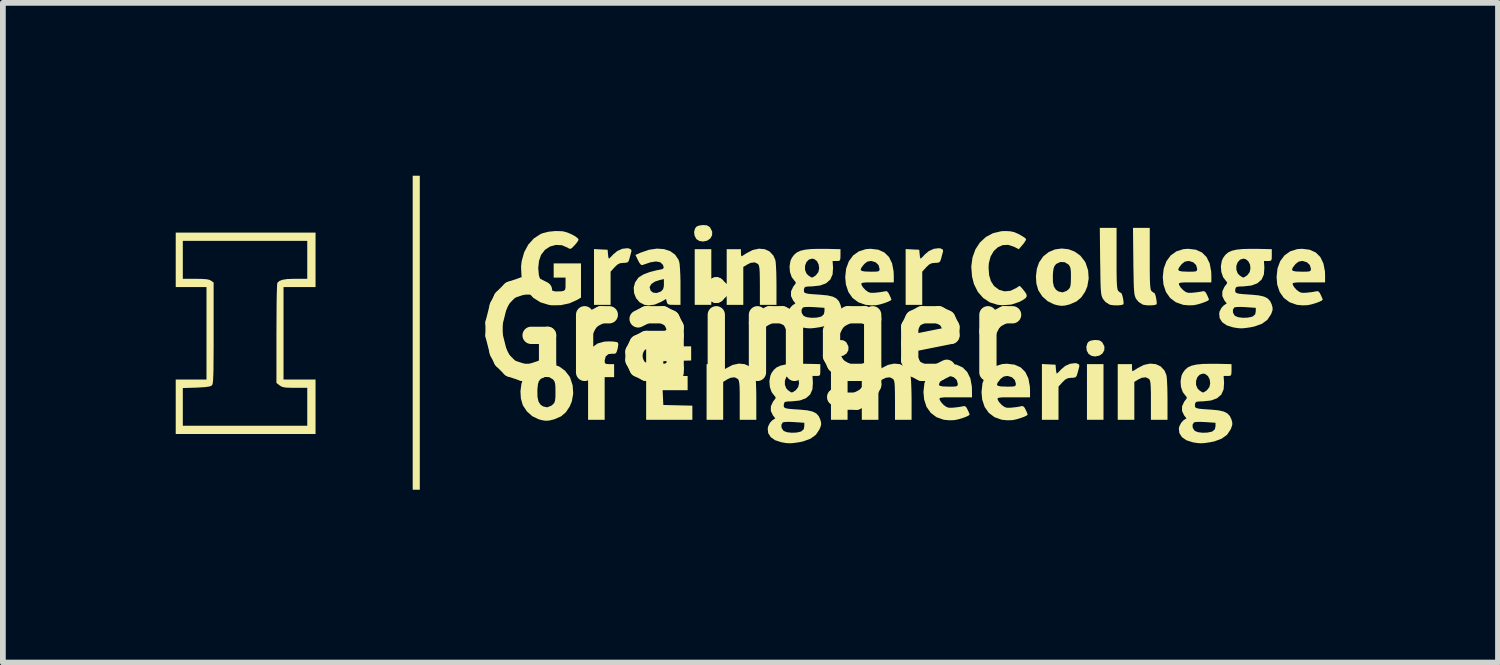
<source format=kicad_pcb>
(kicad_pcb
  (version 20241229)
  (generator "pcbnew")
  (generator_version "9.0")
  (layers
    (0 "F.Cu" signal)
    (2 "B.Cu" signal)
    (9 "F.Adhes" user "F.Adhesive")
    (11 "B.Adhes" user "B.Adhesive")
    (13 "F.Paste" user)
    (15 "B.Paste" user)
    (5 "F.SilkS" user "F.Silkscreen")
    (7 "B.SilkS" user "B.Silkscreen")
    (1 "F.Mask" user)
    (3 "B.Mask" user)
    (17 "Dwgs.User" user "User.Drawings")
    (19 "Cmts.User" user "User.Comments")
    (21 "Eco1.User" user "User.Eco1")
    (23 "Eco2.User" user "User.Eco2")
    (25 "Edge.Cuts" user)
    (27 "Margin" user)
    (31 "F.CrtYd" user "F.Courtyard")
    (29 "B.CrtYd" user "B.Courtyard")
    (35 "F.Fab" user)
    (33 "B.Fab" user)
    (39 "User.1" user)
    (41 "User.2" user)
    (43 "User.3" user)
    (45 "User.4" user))
  (footprint "Grainger"
    (layer "F.Cu")
    (at 9.954 2.735)
    (property "Reference" "Grainger" (at 0 0 0) (layer "F.SilkS") (effects (font (size 1.5 1.5) (thickness 0.3))))
    (attr board_only exclude_from_pos_files exclude_from_bom)
    (fp_poly (pts (xy -5.718 -0.01) (xy -5.718 2.715) (xy -5.779 2.715) (xy -5.841 2.715) (xy -5.841 -0.01) (xy -5.841 -2.735) (xy -5.779 -2.735) (xy -5.718 -2.735)) (stroke (width 0) (type solid)) (fill yes) (layer "F.SilkS"))
    (fp_poly (pts (xy -0.658 -0.977) (xy -0.658 -0.494) (xy -0.802 -0.494) (xy -0.946 -0.494) (xy -0.946 -0.977) (xy -0.946 -1.46) (xy -0.802 -1.46) (xy -0.658 -1.46)) (stroke (width 0) (type solid)) (fill yes) (layer "F.SilkS"))
    (fp_poly (pts (xy 1.707 1.018) (xy 1.707 1.501) (xy 1.563 1.501) (xy 1.419 1.501) (xy 1.419 1.018) (xy 1.419 0.535) (xy 1.563 0.535) (xy 1.707 0.535)) (stroke (width 0) (type solid)) (fill yes) (layer "F.SilkS"))
    (fp_poly (pts (xy 6.149 1.018) (xy 6.149 1.501) (xy 6.006 1.501) (xy 5.862 1.501) (xy 5.862 1.018) (xy 5.862 0.535) (xy 6.006 0.535) (xy 6.149 0.535)) (stroke (width 0) (type solid)) (fill yes) (layer "F.SilkS"))
    (fp_poly (pts (xy -0.735 -1.874) (xy -0.691 -1.849) (xy -0.677 -1.833) (xy -0.643 -1.766) (xy -0.644 -1.702) (xy -0.675 -1.646) (xy -0.729 -1.608) (xy -0.801 -1.593) (xy -0.864 -1.602) (xy -0.917 -1.635) (xy -0.948 -1.693) (xy -0.957 -1.759) (xy -0.939 -1.822) (xy -0.913 -1.853) (xy -0.875 -1.869) (xy -0.816 -1.878) (xy -0.8 -1.879)) (stroke (width 0) (type solid)) (fill yes) (layer "F.SilkS"))
    (fp_poly (pts (xy 1.63 0.121) (xy 1.674 0.146) (xy 1.689 0.162) (xy 1.722 0.229) (xy 1.721 0.293) (xy 1.69 0.349) (xy 1.636 0.387) (xy 1.564 0.402) (xy 1.501 0.393) (xy 1.449 0.359) (xy 1.417 0.302) (xy 1.408 0.236) (xy 1.426 0.173) (xy 1.452 0.142) (xy 1.49 0.126) (xy 1.549 0.117) (xy 1.565 0.116)) (stroke (width 0) (type solid)) (fill yes) (layer "F.SilkS"))
    (fp_poly (pts (xy 6.073 0.121) (xy 6.116 0.146) (xy 6.131 0.162) (xy 6.165 0.229) (xy 6.163 0.293) (xy 6.132 0.349) (xy 6.078 0.387) (xy 6.006 0.402) (xy 5.944 0.393) (xy 5.891 0.359) (xy 5.859 0.302) (xy 5.851 0.236) (xy 5.869 0.173) (xy 5.895 0.142) (xy 5.933 0.126) (xy 5.992 0.117) (xy 6.008 0.116)) (stroke (width 0) (type solid)) (fill yes) (layer "F.SilkS"))
    (fp_poly (pts (xy -1.008 0.349) (xy -1.008 0.472) (xy -1.249 0.478) (xy -1.491 0.483) (xy -1.491 0.607) (xy -1.491 0.73) (xy -1.28 0.736) (xy -1.069 0.742) (xy -1.069 0.865) (xy -1.069 0.987) (xy -1.286 0.987) (xy -1.503 0.987) (xy -1.497 1.116) (xy -1.491 1.244) (xy -1.239 1.25) (xy -0.987 1.256) (xy -0.987 1.379) (xy -0.987 1.501) (xy -1.388 1.501) (xy -1.789 1.501) (xy -1.789 0.864) (xy -1.789 0.226) (xy -1.399 0.226) (xy -1.008 0.226)) (stroke (width 0) (type solid)) (fill yes) (layer "F.SilkS"))
    (fp_poly (pts (xy -2.088 -1.473) (xy -2.048 -1.453) (xy -2.044 -1.424) (xy -2.056 -1.381) (xy -2.072 -1.321) (xy -2.076 -1.306) (xy -2.092 -1.254) (xy -2.114 -1.23) (xy -2.158 -1.223) (xy -2.182 -1.223) (xy -2.242 -1.216) (xy -2.288 -1.193) (xy -2.337 -1.146) (xy -2.406 -1.07) (xy -2.406 -0.782) (xy -2.406 -0.494) (xy -2.55 -0.494) (xy -2.694 -0.494) (xy -2.694 -0.978) (xy -2.694 -1.462) (xy -2.576 -1.456) (xy -2.458 -1.45) (xy -2.451 -1.373) (xy -2.445 -1.323) (xy -2.437 -1.297) (xy -2.435 -1.296) (xy -2.417 -1.31) (xy -2.383 -1.345) (xy -2.363 -1.367) (xy -2.289 -1.429) (xy -2.202 -1.467) (xy -2.116 -1.477)) (stroke (width 0) (type solid)) (fill yes) (layer "F.SilkS"))
    (fp_poly (pts (xy 3.321 -1.473) (xy 3.361 -1.453) (xy 3.365 -1.424) (xy 3.353 -1.381) (xy 3.337 -1.321) (xy 3.334 -1.306) (xy 3.317 -1.254) (xy 3.295 -1.23) (xy 3.251 -1.223) (xy 3.227 -1.223) (xy 3.167 -1.216) (xy 3.121 -1.193) (xy 3.072 -1.146) (xy 3.003 -1.07) (xy 3.003 -0.782) (xy 3.003 -0.494) (xy 2.859 -0.494) (xy 2.715 -0.494) (xy 2.715 -0.978) (xy 2.715 -1.462) (xy 2.833 -1.456) (xy 2.951 -1.45) (xy 2.958 -1.373) (xy 2.964 -1.323) (xy 2.972 -1.297) (xy 2.974 -1.296) (xy 2.992 -1.31) (xy 3.027 -1.345) (xy 3.046 -1.367) (xy 3.12 -1.429) (xy 3.207 -1.467) (xy 3.293 -1.477)) (stroke (width 0) (type solid)) (fill yes) (layer "F.SilkS"))
    (fp_poly (pts (xy 5.686 0.522) (xy 5.726 0.542) (xy 5.73 0.571) (xy 5.719 0.614) (xy 5.703 0.674) (xy 5.699 0.689) (xy 5.682 0.741) (xy 5.66 0.765) (xy 5.617 0.772) (xy 5.592 0.772) (xy 5.533 0.779) (xy 5.486 0.802) (xy 5.437 0.849) (xy 5.368 0.925) (xy 5.368 1.213) (xy 5.368 1.501) (xy 5.224 1.501) (xy 5.08 1.501) (xy 5.08 1.017) (xy 5.08 0.533) (xy 5.198 0.539) (xy 5.317 0.545) (xy 5.323 0.622) (xy 5.329 0.672) (xy 5.337 0.698) (xy 5.339 0.699) (xy 5.357 0.685) (xy 5.392 0.65) (xy 5.412 0.628) (xy 5.485 0.566) (xy 5.572 0.528) (xy 5.658 0.518)) (stroke (width 0) (type solid)) (fill yes) (layer "F.SilkS"))
    (fp_poly (pts (xy 6.376 -1.297) (xy 6.376 -1.132) (xy 6.377 -1.003) (xy 6.379 -0.906) (xy 6.383 -0.835) (xy 6.388 -0.787) (xy 6.395 -0.755) (xy 6.404 -0.737) (xy 6.408 -0.732) (xy 6.441 -0.706) (xy 6.457 -0.699) (xy 6.468 -0.681) (xy 6.481 -0.638) (xy 6.492 -0.584) (xy 6.498 -0.534) (xy 6.496 -0.505) (xy 6.495 -0.503) (xy 6.461 -0.491) (xy 6.403 -0.485) (xy 6.336 -0.485) (xy 6.275 -0.493) (xy 6.253 -0.499) (xy 6.183 -0.544) (xy 6.14 -0.596) (xy 6.128 -0.62) (xy 6.118 -0.647) (xy 6.11 -0.681) (xy 6.105 -0.73) (xy 6.1 -0.796) (xy 6.097 -0.886) (xy 6.095 -1.004) (xy 6.093 -1.155) (xy 6.091 -1.249) (xy 6.085 -1.83) (xy 6.23 -1.83) (xy 6.376 -1.83)) (stroke (width 0) (type solid)) (fill yes) (layer "F.SilkS"))
    (fp_poly (pts (xy 6.952 -1.297) (xy 6.952 -1.132) (xy 6.953 -1.003) (xy 6.955 -0.906) (xy 6.959 -0.835) (xy 6.964 -0.787) (xy 6.97 -0.755) (xy 6.979 -0.737) (xy 6.984 -0.732) (xy 7.017 -0.706) (xy 7.033 -0.699) (xy 7.044 -0.681) (xy 7.057 -0.638) (xy 7.067 -0.584) (xy 7.073 -0.534) (xy 7.072 -0.505) (xy 7.071 -0.503) (xy 7.037 -0.491) (xy 6.979 -0.485) (xy 6.912 -0.485) (xy 6.851 -0.493) (xy 6.829 -0.499) (xy 6.759 -0.544) (xy 6.716 -0.596) (xy 6.704 -0.62) (xy 6.694 -0.647) (xy 6.686 -0.681) (xy 6.681 -0.73) (xy 6.676 -0.796) (xy 6.673 -0.886) (xy 6.671 -1.004) (xy 6.668 -1.155) (xy 6.667 -1.249) (xy 6.661 -1.83) (xy 6.806 -1.83) (xy 6.952 -1.83)) (stroke (width 0) (type solid)) (fill yes) (layer "F.SilkS"))
    (fp_poly (pts (xy -0.081 0.535) (xy 0.005 0.575) (xy 0.07 0.645) (xy 0.103 0.722) (xy 0.11 0.765) (xy 0.116 0.841) (xy 0.12 0.942) (xy 0.123 1.058) (xy 0.123 1.146) (xy 0.123 1.501) (xy -0.021 1.501) (xy -0.165 1.501) (xy -0.165 1.163) (xy -0.165 1.034) (xy -0.167 0.939) (xy -0.172 0.873) (xy -0.179 0.83) (xy -0.189 0.804) (xy -0.197 0.793) (xy -0.253 0.764) (xy -0.325 0.772) (xy -0.386 0.802) (xy -0.452 0.843) (xy -0.452 1.172) (xy -0.452 1.501) (xy -0.596 1.501) (xy -0.74 1.501) (xy -0.74 1.018) (xy -0.74 0.535) (xy -0.617 0.535) (xy -0.494 0.535) (xy -0.494 0.596) (xy -0.491 0.64) (xy -0.484 0.658) (xy -0.484 0.658) (xy -0.463 0.648) (xy -0.421 0.621) (xy -0.399 0.607) (xy -0.288 0.549) (xy -0.18 0.526)) (stroke (width 0) (type solid)) (fill yes) (layer "F.SilkS"))
    (fp_poly (pts (xy 0.269 -1.46) (xy 0.354 -1.42) (xy 0.419 -1.35) (xy 0.453 -1.273) (xy 0.46 -1.23) (xy 0.465 -1.154) (xy 0.47 -1.053) (xy 0.472 -0.937) (xy 0.473 -0.849) (xy 0.473 -0.494) (xy 0.329 -0.494) (xy 0.185 -0.494) (xy 0.185 -0.831) (xy 0.184 -0.961) (xy 0.182 -1.056) (xy 0.178 -1.122) (xy 0.171 -1.165) (xy 0.161 -1.191) (xy 0.153 -1.202) (xy 0.097 -1.231) (xy 0.025 -1.223) (xy -0.036 -1.193) (xy -0.103 -1.152) (xy -0.103 -0.823) (xy -0.103 -0.494) (xy -0.247 -0.494) (xy -0.391 -0.494) (xy -0.391 -0.977) (xy -0.391 -1.46) (xy -0.267 -1.46) (xy -0.144 -1.46) (xy -0.144 -1.399) (xy -0.141 -1.355) (xy -0.135 -1.337) (xy -0.135 -1.337) (xy -0.113 -1.347) (xy -0.071 -1.374) (xy -0.05 -1.388) (xy 0.061 -1.446) (xy 0.17 -1.469)) (stroke (width 0) (type solid)) (fill yes) (layer "F.SilkS"))
    (fp_poly (pts (xy 2.614 0.535) (xy 2.699 0.575) (xy 2.764 0.645) (xy 2.798 0.722) (xy 2.804 0.765) (xy 2.81 0.841) (xy 2.814 0.942) (xy 2.817 1.058) (xy 2.818 1.146) (xy 2.818 1.501) (xy 2.674 1.501) (xy 2.53 1.501) (xy 2.53 1.163) (xy 2.529 1.034) (xy 2.527 0.939) (xy 2.523 0.873) (xy 2.516 0.83) (xy 2.505 0.804) (xy 2.497 0.793) (xy 2.441 0.764) (xy 2.37 0.772) (xy 2.309 0.802) (xy 2.242 0.843) (xy 2.242 1.172) (xy 2.242 1.501) (xy 2.098 1.501) (xy 1.954 1.501) (xy 1.954 1.018) (xy 1.954 0.535) (xy 2.077 0.535) (xy 2.201 0.535) (xy 2.201 0.596) (xy 2.203 0.64) (xy 2.21 0.658) (xy 2.21 0.658) (xy 2.231 0.648) (xy 2.274 0.621) (xy 2.295 0.607) (xy 2.406 0.549) (xy 2.514 0.526)) (stroke (width 0) (type solid)) (fill yes) (layer "F.SilkS"))
    (fp_poly (pts (xy 7.056 0.535) (xy 7.141 0.575) (xy 7.207 0.645) (xy 7.24 0.722) (xy 7.247 0.765) (xy 7.252 0.841) (xy 7.257 0.942) (xy 7.259 1.058) (xy 7.26 1.146) (xy 7.26 1.501) (xy 7.116 1.501) (xy 6.972 1.501) (xy 6.972 1.163) (xy 6.972 1.034) (xy 6.969 0.939) (xy 6.965 0.873) (xy 6.958 0.83) (xy 6.948 0.804) (xy 6.94 0.793) (xy 6.884 0.764) (xy 6.812 0.772) (xy 6.751 0.802) (xy 6.684 0.843) (xy 6.684 1.172) (xy 6.684 1.501) (xy 6.54 1.501) (xy 6.396 1.501) (xy 6.396 1.018) (xy 6.396 0.535) (xy 6.52 0.535) (xy 6.643 0.535) (xy 6.643 0.596) (xy 6.646 0.64) (xy 6.652 0.658) (xy 6.652 0.658) (xy 6.674 0.648) (xy 6.716 0.621) (xy 6.738 0.607) (xy 6.848 0.549) (xy 6.957 0.526)) (stroke (width 0) (type solid)) (fill yes) (layer "F.SilkS"))
    (fp_poly (pts (xy -2.362 0.143) (xy -2.306 0.151) (xy -2.28 0.16) (xy -2.272 0.192) (xy -2.281 0.251) (xy -2.285 0.27) (xy -2.302 0.326) (xy -2.321 0.351) (xy -2.352 0.356) (xy -2.375 0.354) (xy -2.445 0.362) (xy -2.491 0.402) (xy -2.509 0.47) (xy -2.509 0.475) (xy -2.506 0.513) (xy -2.488 0.53) (xy -2.443 0.535) (xy -2.427 0.535) (xy -2.345 0.535) (xy -2.345 0.648) (xy -2.345 0.761) (xy -2.427 0.761) (xy -2.509 0.761) (xy -2.509 1.131) (xy -2.509 1.501) (xy -2.653 1.501) (xy -2.797 1.501) (xy -2.797 1.131) (xy -2.797 0.761) (xy -2.859 0.761) (xy -2.895 0.759) (xy -2.914 0.745) (xy -2.92 0.709) (xy -2.92 0.658) (xy -2.919 0.597) (xy -2.911 0.567) (xy -2.889 0.556) (xy -2.861 0.555) (xy -2.827 0.553) (xy -2.809 0.539) (xy -2.799 0.503) (xy -2.793 0.441) (xy -2.767 0.324) (xy -2.714 0.235) (xy -2.63 0.176) (xy -2.518 0.145) (xy -2.434 0.14)) (stroke (width 0) (type solid)) (fill yes) (layer "F.SilkS"))
    (fp_poly (pts (xy 4.53 -1.771) (xy 4.6 -1.756) (xy 4.671 -1.725) (xy 4.69 -1.715) (xy 4.749 -1.68) (xy 4.791 -1.651) (xy 4.806 -1.635) (xy 4.797 -1.609) (xy 4.768 -1.565) (xy 4.745 -1.537) (xy 4.679 -1.459) (xy 4.597 -1.502) (xy 4.496 -1.535) (xy 4.401 -1.531) (xy 4.315 -1.493) (xy 4.243 -1.426) (xy 4.189 -1.332) (xy 4.159 -1.216) (xy 4.154 -1.14) (xy 4.164 -1.008) (xy 4.195 -0.905) (xy 4.249 -0.822) (xy 4.253 -0.818) (xy 4.337 -0.755) (xy 4.434 -0.728) (xy 4.535 -0.738) (xy 4.631 -0.784) (xy 4.671 -0.811) (xy 4.694 -0.823) (xy 4.694 -0.823) (xy 4.711 -0.808) (xy 4.744 -0.771) (xy 4.77 -0.739) (xy 4.808 -0.686) (xy 4.818 -0.646) (xy 4.799 -0.612) (xy 4.747 -0.576) (xy 4.691 -0.546) (xy 4.548 -0.498) (xy 4.391 -0.487) (xy 4.311 -0.495) (xy 4.176 -0.537) (xy 4.061 -0.613) (xy 3.968 -0.719) (xy 3.901 -0.854) (xy 3.867 -0.986) (xy 3.854 -1.158) (xy 3.875 -1.316) (xy 3.926 -1.457) (xy 4.005 -1.577) (xy 4.108 -1.672) (xy 4.232 -1.738) (xy 4.376 -1.772) (xy 4.44 -1.775)) (stroke (width 0) (type solid)) (fill yes) (layer "F.SilkS"))
    (fp_poly (pts (xy -3.406 0.536) (xy -3.295 0.578) (xy -3.197 0.649) (xy -3.12 0.749) (xy -3.108 0.771) (xy -3.065 0.903) (xy -3.055 1.044) (xy -3.079 1.183) (xy -3.117 1.273) (xy -3.184 1.372) (xy -3.265 1.441) (xy -3.371 1.488) (xy -3.388 1.494) (xy -3.469 1.514) (xy -3.535 1.518) (xy -3.606 1.506) (xy -3.661 1.49) (xy -3.767 1.438) (xy -3.859 1.355) (xy -3.928 1.251) (xy -3.931 1.244) (xy -3.963 1.133) (xy -3.971 1.005) (xy -3.969 0.993) (xy -3.677 0.993) (xy -3.675 1.104) (xy -3.658 1.183) (xy -3.623 1.238) (xy -3.578 1.269) (xy -3.508 1.285) (xy -3.439 1.259) (xy -3.404 1.231) (xy -3.383 1.205) (xy -3.371 1.169) (xy -3.364 1.113) (xy -3.363 1.026) (xy -3.363 1.018) (xy -3.364 0.93) (xy -3.369 0.872) (xy -3.381 0.834) (xy -3.401 0.806) (xy -3.408 0.799) (xy -3.472 0.761) (xy -3.545 0.757) (xy -3.612 0.787) (xy -3.626 0.799) (xy -3.651 0.832) (xy -3.666 0.878) (xy -3.674 0.947) (xy -3.677 0.993) (xy -3.969 0.993) (xy -3.954 0.876) (xy -3.915 0.764) (xy -3.843 0.659) (xy -3.749 0.585) (xy -3.64 0.539) (xy -3.523 0.523)) (stroke (width 0) (type solid)) (fill yes) (layer "F.SilkS"))
    (fp_poly (pts (xy 5.541 -1.459) (xy 5.651 -1.417) (xy 5.749 -1.346) (xy 5.826 -1.246) (xy 5.838 -1.224) (xy 5.882 -1.092) (xy 5.892 -0.951) (xy 5.868 -0.812) (xy 5.83 -0.722) (xy 5.763 -0.623) (xy 5.682 -0.554) (xy 5.575 -0.507) (xy 5.559 -0.501) (xy 5.478 -0.481) (xy 5.412 -0.477) (xy 5.34 -0.489) (xy 5.285 -0.505) (xy 5.18 -0.557) (xy 5.087 -0.64) (xy 5.019 -0.744) (xy 5.016 -0.751) (xy 4.984 -0.862) (xy 4.976 -0.99) (xy 4.978 -1.002) (xy 5.27 -1.002) (xy 5.271 -0.891) (xy 5.288 -0.812) (xy 5.323 -0.757) (xy 5.368 -0.726) (xy 5.439 -0.71) (xy 5.508 -0.735) (xy 5.543 -0.764) (xy 5.564 -0.79) (xy 5.576 -0.826) (xy 5.582 -0.882) (xy 5.584 -0.969) (xy 5.584 -0.977) (xy 5.583 -1.065) (xy 5.577 -1.123) (xy 5.565 -1.161) (xy 5.545 -1.189) (xy 5.539 -1.196) (xy 5.475 -1.234) (xy 5.402 -1.238) (xy 5.335 -1.208) (xy 5.321 -1.196) (xy 5.296 -1.163) (xy 5.281 -1.117) (xy 5.272 -1.048) (xy 5.27 -1.002) (xy 4.978 -1.002) (xy 4.992 -1.119) (xy 5.031 -1.231) (xy 5.104 -1.336) (xy 5.198 -1.41) (xy 5.307 -1.456) (xy 5.423 -1.472)) (stroke (width 0) (type solid)) (fill yes) (layer "F.SilkS"))
    (fp_poly (pts (xy -3.252 -1.772) (xy -3.223 -1.768) (xy -3.153 -1.748) (xy -3.081 -1.717) (xy -3.018 -1.682) (xy -2.975 -1.648) (xy -2.962 -1.624) (xy -2.975 -1.598) (xy -3.007 -1.555) (xy -3.031 -1.528) (xy -3.073 -1.484) (xy -3.101 -1.466) (xy -3.126 -1.47) (xy -3.154 -1.487) (xy -3.252 -1.529) (xy -3.356 -1.534) (xy -3.456 -1.507) (xy -3.545 -1.449) (xy -3.612 -1.363) (xy -3.614 -1.359) (xy -3.649 -1.255) (xy -3.662 -1.132) (xy -3.651 -1.009) (xy -3.621 -0.911) (xy -3.559 -0.821) (xy -3.471 -0.758) (xy -3.367 -0.726) (xy -3.258 -0.729) (xy -3.218 -0.738) (xy -3.197 -0.755) (xy -3.189 -0.789) (xy -3.188 -0.853) (xy -3.188 -0.854) (xy -3.188 -0.967) (xy -3.291 -0.967) (xy -3.394 -0.967) (xy -3.394 -1.09) (xy -3.394 -1.213) (xy -3.157 -1.213) (xy -2.92 -1.213) (xy -2.92 -0.917) (xy -2.92 -0.62) (xy -2.987 -0.58) (xy -3.121 -0.52) (xy -3.272 -0.488) (xy -3.426 -0.486) (xy -3.477 -0.493) (xy -3.624 -0.538) (xy -3.747 -0.615) (xy -3.844 -0.719) (xy -3.914 -0.847) (xy -3.953 -0.996) (xy -3.96 -1.16) (xy -3.949 -1.255) (xy -3.906 -1.407) (xy -3.835 -1.539) (xy -3.739 -1.646) (xy -3.623 -1.722) (xy -3.589 -1.736) (xy -3.485 -1.763) (xy -3.365 -1.775)) (stroke (width 0) (type solid)) (fill yes) (layer "F.SilkS"))
    (fp_poly (pts (xy -1.478 -1.461) (xy -1.371 -1.426) (xy -1.286 -1.364) (xy -1.228 -1.278) (xy -1.214 -1.238) (xy -1.207 -1.192) (xy -1.201 -1.113) (xy -1.196 -1.011) (xy -1.193 -0.896) (xy -1.193 -0.828) (xy -1.193 -0.494) (xy -1.306 -0.494) (xy -1.371 -0.495) (xy -1.407 -0.504) (xy -1.424 -0.523) (xy -1.431 -0.545) (xy -1.444 -0.596) (xy -1.529 -0.546) (xy -1.641 -0.498) (xy -1.749 -0.483) (xy -1.818 -0.494) (xy -1.903 -0.539) (xy -1.964 -0.61) (xy -1.998 -0.697) (xy -2.005 -0.79) (xy -2.004 -0.795) (xy -1.728 -0.795) (xy -1.711 -0.739) (xy -1.668 -0.706) (xy -1.609 -0.699) (xy -1.543 -0.721) (xy -1.527 -0.731) (xy -1.495 -0.765) (xy -1.482 -0.816) (xy -1.481 -0.853) (xy -1.481 -0.942) (xy -1.553 -0.925) (xy -1.64 -0.896) (xy -1.7 -0.854) (xy -1.727 -0.805) (xy -1.728 -0.795) (xy -2.004 -0.795) (xy -1.982 -0.881) (xy -1.928 -0.96) (xy -1.913 -0.974) (xy -1.835 -1.022) (xy -1.727 -1.064) (xy -1.602 -1.095) (xy -1.568 -1.101) (xy -1.508 -1.114) (xy -1.484 -1.135) (xy -1.491 -1.171) (xy -1.502 -1.193) (xy -1.546 -1.234) (xy -1.618 -1.247) (xy -1.716 -1.232) (xy -1.839 -1.19) (xy -1.852 -1.185) (xy -1.878 -1.188) (xy -1.906 -1.222) (xy -1.929 -1.265) (xy -1.975 -1.36) (xy -1.884 -1.4) (xy -1.739 -1.45) (xy -1.602 -1.47)) (stroke (width 0) (type solid)) (fill yes) (layer "F.SilkS"))
    (fp_poly (pts (xy 2.24 -1.451) (xy 2.346 -1.403) (xy 2.427 -1.323) (xy 2.48 -1.213) (xy 2.506 -1.073) (xy 2.509 -1.003) (xy 2.509 -0.884) (xy 2.223 -0.884) (xy 2.11 -0.884) (xy 2.032 -0.883) (xy 1.982 -0.879) (xy 1.956 -0.873) (xy 1.946 -0.863) (xy 1.947 -0.848) (xy 1.948 -0.843) (xy 1.97 -0.803) (xy 2.012 -0.757) (xy 2.022 -0.748) (xy 2.065 -0.717) (xy 2.106 -0.703) (xy 2.163 -0.703) (xy 2.2 -0.706) (xy 2.272 -0.714) (xy 2.332 -0.724) (xy 2.356 -0.729) (xy 2.387 -0.731) (xy 2.413 -0.706) (xy 2.433 -0.669) (xy 2.455 -0.62) (xy 2.467 -0.588) (xy 2.468 -0.584) (xy 2.45 -0.567) (xy 2.403 -0.545) (xy 2.34 -0.522) (xy 2.272 -0.502) (xy 2.21 -0.489) (xy 2.201 -0.488) (xy 2.118 -0.485) (xy 2.032 -0.493) (xy 2.017 -0.495) (xy 1.893 -0.539) (xy 1.793 -0.614) (xy 1.721 -0.717) (xy 1.678 -0.846) (xy 1.666 -0.976) (xy 1.68 -1.104) (xy 1.934 -1.104) (xy 1.952 -1.083) (xy 2.003 -1.073) (xy 2.091 -1.07) (xy 2.112 -1.069) (xy 2.189 -1.07) (xy 2.234 -1.074) (xy 2.255 -1.085) (xy 2.262 -1.104) (xy 2.262 -1.121) (xy 2.244 -1.185) (xy 2.195 -1.232) (xy 2.125 -1.254) (xy 2.11 -1.255) (xy 2.049 -1.244) (xy 1.999 -1.205) (xy 1.987 -1.191) (xy 1.947 -1.139) (xy 1.934 -1.104) (xy 1.68 -1.104) (xy 1.683 -1.126) (xy 1.73 -1.252) (xy 1.804 -1.352) (xy 1.904 -1.423) (xy 2.026 -1.461) (xy 2.108 -1.467)) (stroke (width 0) (type solid)) (fill yes) (layer "F.SilkS"))
    (fp_poly (pts (xy 3.597 0.544) (xy 3.704 0.592) (xy 3.784 0.672) (xy 3.838 0.782) (xy 3.864 0.922) (xy 3.866 0.992) (xy 3.867 1.111) (xy 3.581 1.111) (xy 3.467 1.111) (xy 3.389 1.112) (xy 3.34 1.116) (xy 3.313 1.122) (xy 3.303 1.132) (xy 3.304 1.147) (xy 3.305 1.152) (xy 3.328 1.192) (xy 3.369 1.238) (xy 3.38 1.247) (xy 3.422 1.278) (xy 3.463 1.292) (xy 3.521 1.292) (xy 3.557 1.289) (xy 3.629 1.281) (xy 3.689 1.271) (xy 3.713 1.265) (xy 3.745 1.264) (xy 3.771 1.289) (xy 3.79 1.326) (xy 3.813 1.375) (xy 3.825 1.407) (xy 3.825 1.411) (xy 3.807 1.428) (xy 3.761 1.45) (xy 3.698 1.473) (xy 3.629 1.493) (xy 3.567 1.506) (xy 3.558 1.507) (xy 3.475 1.51) (xy 3.389 1.502) (xy 3.375 1.5) (xy 3.25 1.456) (xy 3.151 1.381) (xy 3.078 1.278) (xy 3.036 1.149) (xy 3.024 1.019) (xy 3.038 0.891) (xy 3.292 0.891) (xy 3.309 0.912) (xy 3.36 0.922) (xy 3.449 0.925) (xy 3.469 0.926) (xy 3.546 0.925) (xy 3.591 0.921) (xy 3.613 0.91) (xy 3.619 0.891) (xy 3.62 0.874) (xy 3.601 0.81) (xy 3.552 0.763) (xy 3.482 0.741) (xy 3.467 0.74) (xy 3.407 0.751) (xy 3.356 0.79) (xy 3.344 0.804) (xy 3.304 0.856) (xy 3.292 0.891) (xy 3.038 0.891) (xy 3.04 0.869) (xy 3.087 0.743) (xy 3.161 0.643) (xy 3.261 0.572) (xy 3.383 0.534) (xy 3.466 0.528)) (stroke (width 0) (type solid)) (fill yes) (layer "F.SilkS"))
    (fp_poly (pts (xy 4.605 0.544) (xy 4.712 0.592) (xy 4.792 0.672) (xy 4.845 0.782) (xy 4.871 0.922) (xy 4.874 0.992) (xy 4.874 1.111) (xy 4.588 1.111) (xy 4.475 1.111) (xy 4.397 1.112) (xy 4.347 1.116) (xy 4.321 1.122) (xy 4.311 1.132) (xy 4.312 1.147) (xy 4.313 1.152) (xy 4.335 1.192) (xy 4.377 1.238) (xy 4.387 1.247) (xy 4.43 1.278) (xy 4.471 1.292) (xy 4.528 1.292) (xy 4.565 1.289) (xy 4.637 1.281) (xy 4.697 1.271) (xy 4.721 1.265) (xy 4.752 1.264) (xy 4.778 1.289) (xy 4.798 1.326) (xy 4.82 1.375) (xy 4.832 1.407) (xy 4.833 1.411) (xy 4.815 1.428) (xy 4.769 1.45) (xy 4.705 1.473) (xy 4.637 1.493) (xy 4.575 1.506) (xy 4.566 1.507) (xy 4.483 1.51) (xy 4.397 1.502) (xy 4.382 1.5) (xy 4.258 1.456) (xy 4.158 1.381) (xy 4.086 1.278) (xy 4.043 1.149) (xy 4.032 1.019) (xy 4.046 0.891) (xy 4.299 0.891) (xy 4.317 0.912) (xy 4.368 0.922) (xy 4.456 0.925) (xy 4.477 0.926) (xy 4.554 0.925) (xy 4.599 0.921) (xy 4.621 0.91) (xy 4.627 0.891) (xy 4.628 0.874) (xy 4.609 0.81) (xy 4.56 0.763) (xy 4.49 0.741) (xy 4.475 0.74) (xy 4.415 0.751) (xy 4.364 0.79) (xy 4.352 0.804) (xy 4.312 0.856) (xy 4.299 0.891) (xy 4.046 0.891) (xy 4.048 0.869) (xy 4.095 0.743) (xy 4.169 0.643) (xy 4.269 0.572) (xy 4.391 0.534) (xy 4.473 0.528)) (stroke (width 0) (type solid)) (fill yes) (layer "F.SilkS"))
    (fp_poly (pts (xy 7.752 -1.451) (xy 7.858 -1.403) (xy 7.938 -1.323) (xy 7.992 -1.213) (xy 8.018 -1.073) (xy 8.021 -1.003) (xy 8.021 -0.884) (xy 7.735 -0.884) (xy 7.622 -0.884) (xy 7.544 -0.883) (xy 7.494 -0.879) (xy 7.468 -0.873) (xy 7.458 -0.863) (xy 7.459 -0.848) (xy 7.46 -0.843) (xy 7.482 -0.803) (xy 7.524 -0.757) (xy 7.534 -0.748) (xy 7.577 -0.717) (xy 7.618 -0.703) (xy 7.675 -0.703) (xy 7.712 -0.706) (xy 7.783 -0.714) (xy 7.844 -0.724) (xy 7.868 -0.729) (xy 7.899 -0.731) (xy 7.925 -0.706) (xy 7.945 -0.669) (xy 7.967 -0.62) (xy 7.979 -0.588) (xy 7.98 -0.584) (xy 7.962 -0.567) (xy 7.915 -0.545) (xy 7.852 -0.522) (xy 7.784 -0.502) (xy 7.722 -0.489) (xy 7.713 -0.488) (xy 7.63 -0.485) (xy 7.544 -0.493) (xy 7.529 -0.495) (xy 7.404 -0.539) (xy 7.305 -0.614) (xy 7.233 -0.717) (xy 7.19 -0.846) (xy 7.178 -0.976) (xy 7.192 -1.104) (xy 7.446 -1.104) (xy 7.464 -1.083) (xy 7.515 -1.073) (xy 7.603 -1.07) (xy 7.623 -1.069) (xy 7.701 -1.07) (xy 7.746 -1.074) (xy 7.767 -1.085) (xy 7.774 -1.104) (xy 7.774 -1.121) (xy 7.756 -1.185) (xy 7.707 -1.232) (xy 7.637 -1.254) (xy 7.622 -1.255) (xy 7.561 -1.244) (xy 7.511 -1.205) (xy 7.498 -1.191) (xy 7.459 -1.139) (xy 7.446 -1.104) (xy 7.192 -1.104) (xy 7.195 -1.126) (xy 7.242 -1.252) (xy 7.316 -1.352) (xy 7.416 -1.423) (xy 7.538 -1.461) (xy 7.62 -1.467)) (stroke (width 0) (type solid)) (fill yes) (layer "F.SilkS"))
    (fp_poly (pts (xy 9.726 -1.451) (xy 9.833 -1.403) (xy 9.913 -1.323) (xy 9.966 -1.213) (xy 9.993 -1.073) (xy 9.995 -1.003) (xy 9.995 -0.884) (xy 9.709 -0.884) (xy 9.596 -0.884) (xy 9.518 -0.883) (xy 9.469 -0.879) (xy 9.442 -0.873) (xy 9.432 -0.863) (xy 9.433 -0.848) (xy 9.434 -0.843) (xy 9.457 -0.803) (xy 9.498 -0.757) (xy 9.508 -0.748) (xy 9.551 -0.717) (xy 9.592 -0.703) (xy 9.649 -0.703) (xy 9.686 -0.706) (xy 9.758 -0.714) (xy 9.818 -0.724) (xy 9.842 -0.729) (xy 9.873 -0.731) (xy 9.899 -0.706) (xy 9.919 -0.669) (xy 9.941 -0.62) (xy 9.954 -0.588) (xy 9.954 -0.584) (xy 9.936 -0.567) (xy 9.89 -0.545) (xy 9.826 -0.522) (xy 9.758 -0.502) (xy 9.696 -0.489) (xy 9.687 -0.488) (xy 9.604 -0.485) (xy 9.518 -0.493) (xy 9.504 -0.495) (xy 9.379 -0.539) (xy 9.279 -0.614) (xy 9.207 -0.717) (xy 9.164 -0.846) (xy 9.153 -0.976) (xy 9.167 -1.104) (xy 9.421 -1.104) (xy 9.438 -1.083) (xy 9.489 -1.073) (xy 9.577 -1.07) (xy 9.598 -1.069) (xy 9.675 -1.07) (xy 9.72 -1.074) (xy 9.742 -1.085) (xy 9.748 -1.104) (xy 9.749 -1.121) (xy 9.73 -1.185) (xy 9.681 -1.232) (xy 9.611 -1.254) (xy 9.596 -1.255) (xy 9.536 -1.244) (xy 9.485 -1.205) (xy 9.473 -1.191) (xy 9.433 -1.139) (xy 9.421 -1.104) (xy 9.167 -1.104) (xy 9.169 -1.126) (xy 9.216 -1.252) (xy 9.29 -1.352) (xy 9.39 -1.423) (xy 9.512 -1.461) (xy 9.594 -1.467)) (stroke (width 0) (type solid)) (fill yes) (layer "F.SilkS"))
    (fp_poly (pts (xy -7.527 -1.275) (xy -7.527 -0.802) (xy -7.805 -0.802) (xy -8.083 -0.802) (xy -8.083 0) (xy -8.083 0.802) (xy -7.805 0.802) (xy -7.527 0.802) (xy -7.527 1.275) (xy -7.527 1.748) (xy -8.741 1.748) (xy -9.954 1.748) (xy -9.954 1.275) (xy -9.954 0.802) (xy -9.687 0.802) (xy -9.42 0.802) (xy -9.42 0) (xy -9.42 -0.802) (xy -9.687 -0.802) (xy -9.954 -0.802) (xy -9.954 -1.275) (xy -9.954 -1.604) (xy -9.831 -1.604) (xy -9.831 -1.275) (xy -9.831 -0.946) (xy -9.609 -0.946) (xy -9.498 -0.944) (xy -9.421 -0.939) (xy -9.37 -0.928) (xy -9.342 -0.914) (xy -9.296 -0.882) (xy -9.296 -0.001) (xy -9.296 0.214) (xy -9.297 0.391) (xy -9.298 0.535) (xy -9.299 0.649) (xy -9.302 0.736) (xy -9.305 0.801) (xy -9.309 0.847) (xy -9.314 0.877) (xy -9.321 0.896) (xy -9.329 0.907) (xy -9.33 0.908) (xy -9.369 0.923) (xy -9.444 0.934) (xy -9.558 0.941) (xy -9.598 0.943) (xy -9.831 0.95) (xy -9.831 1.277) (xy -9.831 1.604) (xy -8.751 1.604) (xy -7.671 1.604) (xy -7.671 1.275) (xy -7.671 0.946) (xy -7.885 0.946) (xy -7.984 0.945) (xy -8.053 0.941) (xy -8.099 0.932) (xy -8.132 0.917) (xy -8.152 0.903) (xy -8.206 0.861) (xy -8.206 0.004) (xy -8.205 -0.181) (xy -8.204 -0.352) (xy -8.203 -0.507) (xy -8.201 -0.641) (xy -8.198 -0.749) (xy -8.195 -0.826) (xy -8.192 -0.869) (xy -8.19 -0.876) (xy -8.156 -0.908) (xy -8.1 -0.929) (xy -8.016 -0.942) (xy -7.898 -0.946) (xy -7.878 -0.946) (xy -7.671 -0.946) (xy -7.671 -1.275) (xy -7.671 -1.604) (xy -8.751 -1.604) (xy -9.831 -1.604) (xy -9.954 -1.604) (xy -9.954 -1.748) (xy -8.741 -1.748) (xy -7.527 -1.748)) (stroke (width 0) (type solid)) (fill yes) (layer "F.SilkS"))
    (fp_poly (pts (xy 1.013 0.53) (xy 1.234 0.535) (xy 1.234 0.638) (xy 1.233 0.698) (xy 1.225 0.729) (xy 1.202 0.739) (xy 1.166 0.74) (xy 1.098 0.74) (xy 1.105 0.859) (xy 1.097 0.973) (xy 1.057 1.063) (xy 0.984 1.127) (xy 0.879 1.166) (xy 0.741 1.181) (xy 0.741 1.181) (xy 0.669 1.183) (xy 0.628 1.189) (xy 0.609 1.203) (xy 0.602 1.228) (xy 0.6 1.238) (xy 0.599 1.266) (xy 0.607 1.286) (xy 0.63 1.299) (xy 0.674 1.309) (xy 0.746 1.316) (xy 0.851 1.323) (xy 0.882 1.325) (xy 1.008 1.337) (xy 1.099 1.358) (xy 1.163 1.39) (xy 1.206 1.437) (xy 1.232 1.493) (xy 1.247 1.546) (xy 1.248 1.589) (xy 1.231 1.641) (xy 1.218 1.67) (xy 1.157 1.761) (xy 1.064 1.829) (xy 0.936 1.876) (xy 0.864 1.891) (xy 0.775 1.904) (xy 0.71 1.909) (xy 0.65 1.906) (xy 0.58 1.895) (xy 0.555 1.89) (xy 0.45 1.856) (xy 0.373 1.802) (xy 0.329 1.732) (xy 0.321 1.652) (xy 0.33 1.613) (xy 0.342 1.589) (xy 0.558 1.589) (xy 0.562 1.641) (xy 0.591 1.687) (xy 0.601 1.696) (xy 0.657 1.717) (xy 0.735 1.726) (xy 0.818 1.723) (xy 0.889 1.708) (xy 0.905 1.701) (xy 0.946 1.665) (xy 0.956 1.614) (xy 0.956 1.553) (xy 0.782 1.541) (xy 0.693 1.537) (xy 0.624 1.539) (xy 0.584 1.546) (xy 0.581 1.548) (xy 0.558 1.589) (xy 0.342 1.589) (xy 0.359 1.555) (xy 0.399 1.511) (xy 0.403 1.509) (xy 0.452 1.476) (xy 0.411 1.424) (xy 0.375 1.348) (xy 0.376 1.266) (xy 0.413 1.186) (xy 0.421 1.176) (xy 0.453 1.135) (xy 0.459 1.11) (xy 0.441 1.089) (xy 0.441 1.089) (xy 0.389 1.021) (xy 0.358 0.931) (xy 0.355 0.892) (xy 0.619 0.892) (xy 0.642 0.954) (xy 0.671 0.986) (xy 0.712 1.015) (xy 0.739 1.028) (xy 0.74 1.028) (xy 0.765 1.017) (xy 0.806 0.989) (xy 0.81 0.986) (xy 0.85 0.933) (xy 0.865 0.868) (xy 0.856 0.801) (xy 0.826 0.743) (xy 0.779 0.707) (xy 0.74 0.699) (xy 0.683 0.717) (xy 0.642 0.762) (xy 0.619 0.824) (xy 0.619 0.892) (xy 0.355 0.892) (xy 0.35 0.832) (xy 0.367 0.736) (xy 0.39 0.685) (xy 0.429 0.632) (xy 0.477 0.591) (xy 0.54 0.562) (xy 0.623 0.543) (xy 0.731 0.532) (xy 0.87 0.529)) (stroke (width 0) (type solid)) (fill yes) (layer "F.SilkS"))
    (fp_poly (pts (xy 1.363 -1.465) (xy 1.584 -1.46) (xy 1.584 -1.357) (xy 1.582 -1.297) (xy 1.574 -1.266) (xy 1.552 -1.256) (xy 1.515 -1.255) (xy 1.447 -1.255) (xy 1.455 -1.136) (xy 1.447 -1.022) (xy 1.407 -0.932) (xy 1.334 -0.868) (xy 1.228 -0.829) (xy 1.09 -0.814) (xy 1.09 -0.814) (xy 1.018 -0.812) (xy 0.977 -0.806) (xy 0.958 -0.792) (xy 0.951 -0.766) (xy 0.95 -0.757) (xy 0.949 -0.729) (xy 0.957 -0.709) (xy 0.98 -0.696) (xy 1.024 -0.686) (xy 1.095 -0.679) (xy 1.201 -0.672) (xy 1.232 -0.67) (xy 1.357 -0.658) (xy 1.449 -0.637) (xy 1.512 -0.605) (xy 1.556 -0.558) (xy 1.581 -0.502) (xy 1.597 -0.449) (xy 1.597 -0.406) (xy 1.58 -0.354) (xy 1.568 -0.325) (xy 1.507 -0.234) (xy 1.413 -0.166) (xy 1.286 -0.119) (xy 1.213 -0.104) (xy 1.125 -0.091) (xy 1.059 -0.086) (xy 1 -0.089) (xy 0.93 -0.1) (xy 0.905 -0.105) (xy 0.8 -0.139) (xy 0.723 -0.193) (xy 0.679 -0.263) (xy 0.67 -0.343) (xy 0.679 -0.382) (xy 0.692 -0.406) (xy 0.907 -0.406) (xy 0.911 -0.354) (xy 0.941 -0.307) (xy 0.951 -0.299) (xy 1.006 -0.278) (xy 1.084 -0.269) (xy 1.168 -0.272) (xy 1.239 -0.287) (xy 1.255 -0.294) (xy 1.295 -0.33) (xy 1.306 -0.381) (xy 1.306 -0.442) (xy 1.131 -0.454) (xy 1.043 -0.458) (xy 0.974 -0.456) (xy 0.934 -0.449) (xy 0.931 -0.447) (xy 0.907 -0.406) (xy 0.692 -0.406) (xy 0.709 -0.44) (xy 0.749 -0.484) (xy 0.752 -0.486) (xy 0.802 -0.519) (xy 0.761 -0.571) (xy 0.725 -0.647) (xy 0.726 -0.729) (xy 0.763 -0.808) (xy 0.771 -0.819) (xy 0.803 -0.86) (xy 0.808 -0.885) (xy 0.791 -0.906) (xy 0.79 -0.906) (xy 0.738 -0.974) (xy 0.707 -1.064) (xy 0.704 -1.103) (xy 0.968 -1.103) (xy 0.992 -1.041) (xy 1.021 -1.009) (xy 1.062 -0.98) (xy 1.089 -0.967) (xy 1.09 -0.967) (xy 1.115 -0.978) (xy 1.156 -1.006) (xy 1.159 -1.009) (xy 1.2 -1.062) (xy 1.214 -1.127) (xy 1.205 -1.194) (xy 1.176 -1.252) (xy 1.129 -1.288) (xy 1.09 -1.296) (xy 1.033 -1.278) (xy 0.991 -1.233) (xy 0.969 -1.171) (xy 0.968 -1.103) (xy 0.704 -1.103) (xy 0.7 -1.163) (xy 0.716 -1.259) (xy 0.74 -1.31) (xy 0.779 -1.363) (xy 0.827 -1.404) (xy 0.89 -1.433) (xy 0.973 -1.452) (xy 1.081 -1.463) (xy 1.22 -1.466)) (stroke (width 0) (type solid)) (fill yes) (layer "F.SilkS"))
    (fp_poly (pts (xy 8.15 0.53) (xy 8.371 0.535) (xy 8.371 0.638) (xy 8.369 0.698) (xy 8.361 0.729) (xy 8.339 0.739) (xy 8.303 0.74) (xy 8.234 0.74) (xy 8.242 0.859) (xy 8.234 0.973) (xy 8.194 1.063) (xy 8.121 1.127) (xy 8.016 1.166) (xy 7.877 1.181) (xy 7.877 1.181) (xy 7.805 1.183) (xy 7.765 1.189) (xy 7.745 1.203) (xy 7.738 1.228) (xy 7.737 1.238) (xy 7.736 1.266) (xy 7.744 1.286) (xy 7.767 1.299) (xy 7.811 1.309) (xy 7.883 1.316) (xy 7.988 1.323) (xy 8.019 1.325) (xy 8.144 1.337) (xy 8.236 1.358) (xy 8.299 1.39) (xy 8.343 1.437) (xy 8.369 1.493) (xy 8.384 1.546) (xy 8.384 1.589) (xy 8.367 1.641) (xy 8.355 1.67) (xy 8.294 1.761) (xy 8.2 1.829) (xy 8.073 1.876) (xy 8 1.891) (xy 7.912 1.904) (xy 7.846 1.909) (xy 7.787 1.906) (xy 7.717 1.895) (xy 7.692 1.89) (xy 7.587 1.856) (xy 7.51 1.802) (xy 7.466 1.732) (xy 7.457 1.652) (xy 7.466 1.613) (xy 7.479 1.589) (xy 7.694 1.589) (xy 7.698 1.641) (xy 7.728 1.687) (xy 7.738 1.696) (xy 7.793 1.717) (xy 7.871 1.726) (xy 7.955 1.723) (xy 8.026 1.708) (xy 8.042 1.701) (xy 8.082 1.665) (xy 8.093 1.614) (xy 8.093 1.553) (xy 7.918 1.541) (xy 7.83 1.537) (xy 7.761 1.539) (xy 7.721 1.546) (xy 7.718 1.548) (xy 7.694 1.589) (xy 7.479 1.589) (xy 7.496 1.555) (xy 7.536 1.511) (xy 7.539 1.509) (xy 7.589 1.476) (xy 7.548 1.424) (xy 7.512 1.348) (xy 7.513 1.266) (xy 7.55 1.186) (xy 7.558 1.176) (xy 7.59 1.135) (xy 7.595 1.11) (xy 7.578 1.089) (xy 7.577 1.089) (xy 7.525 1.021) (xy 7.494 0.931) (xy 7.491 0.892) (xy 7.755 0.892) (xy 7.779 0.954) (xy 7.808 0.986) (xy 7.849 1.015) (xy 7.876 1.028) (xy 7.877 1.028) (xy 7.902 1.017) (xy 7.943 0.989) (xy 7.946 0.986) (xy 7.987 0.933) (xy 8.001 0.868) (xy 7.992 0.801) (xy 7.963 0.743) (xy 7.916 0.707) (xy 7.877 0.699) (xy 7.82 0.717) (xy 7.778 0.762) (xy 7.756 0.824) (xy 7.755 0.892) (xy 7.491 0.892) (xy 7.487 0.832) (xy 7.503 0.736) (xy 7.527 0.685) (xy 7.566 0.632) (xy 7.614 0.591) (xy 7.677 0.562) (xy 7.76 0.543) (xy 7.868 0.532) (xy 8.007 0.529)) (stroke (width 0) (type solid)) (fill yes) (layer "F.SilkS"))
    (fp_poly (pts (xy 8.849 -1.465) (xy 9.07 -1.46) (xy 9.07 -1.357) (xy 9.069 -1.297) (xy 9.061 -1.266) (xy 9.038 -1.256) (xy 9.002 -1.255) (xy 8.934 -1.255) (xy 8.941 -1.136) (xy 8.933 -1.022) (xy 8.893 -0.932) (xy 8.82 -0.868) (xy 8.715 -0.829) (xy 8.577 -0.814) (xy 8.577 -0.814) (xy 8.504 -0.812) (xy 8.464 -0.806) (xy 8.445 -0.792) (xy 8.437 -0.766) (xy 8.436 -0.757) (xy 8.435 -0.729) (xy 8.443 -0.709) (xy 8.466 -0.696) (xy 8.51 -0.686) (xy 8.582 -0.679) (xy 8.687 -0.672) (xy 8.718 -0.67) (xy 8.844 -0.658) (xy 8.935 -0.637) (xy 8.999 -0.605) (xy 9.042 -0.558) (xy 9.068 -0.502) (xy 9.083 -0.449) (xy 9.084 -0.406) (xy 9.067 -0.354) (xy 9.054 -0.325) (xy 8.993 -0.234) (xy 8.9 -0.166) (xy 8.772 -0.119) (xy 8.7 -0.104) (xy 8.611 -0.091) (xy 8.545 -0.086) (xy 8.486 -0.089) (xy 8.416 -0.1) (xy 8.391 -0.105) (xy 8.286 -0.139) (xy 8.209 -0.193) (xy 8.165 -0.263) (xy 8.157 -0.343) (xy 8.165 -0.382) (xy 8.178 -0.406) (xy 8.394 -0.406) (xy 8.398 -0.354) (xy 8.427 -0.307) (xy 8.437 -0.299) (xy 8.493 -0.278) (xy 8.571 -0.269) (xy 8.654 -0.272) (xy 8.725 -0.287) (xy 8.741 -0.294) (xy 8.782 -0.33) (xy 8.792 -0.381) (xy 8.792 -0.442) (xy 8.617 -0.454) (xy 8.529 -0.458) (xy 8.46 -0.456) (xy 8.42 -0.449) (xy 8.417 -0.447) (xy 8.394 -0.406) (xy 8.178 -0.406) (xy 8.195 -0.44) (xy 8.235 -0.484) (xy 8.239 -0.486) (xy 8.288 -0.519) (xy 8.247 -0.571) (xy 8.211 -0.647) (xy 8.212 -0.729) (xy 8.249 -0.808) (xy 8.257 -0.819) (xy 8.289 -0.86) (xy 8.295 -0.885) (xy 8.277 -0.906) (xy 8.277 -0.906) (xy 8.225 -0.974) (xy 8.194 -1.064) (xy 8.191 -1.103) (xy 8.455 -1.103) (xy 8.478 -1.041) (xy 8.507 -1.009) (xy 8.548 -0.98) (xy 8.575 -0.967) (xy 8.576 -0.967) (xy 8.601 -0.978) (xy 8.642 -1.006) (xy 8.646 -1.009) (xy 8.686 -1.062) (xy 8.7 -1.127) (xy 8.692 -1.194) (xy 8.662 -1.252) (xy 8.615 -1.288) (xy 8.576 -1.296) (xy 8.519 -1.278) (xy 8.478 -1.233) (xy 8.455 -1.171) (xy 8.455 -1.103) (xy 8.191 -1.103) (xy 8.186 -1.163) (xy 8.203 -1.259) (xy 8.226 -1.31) (xy 8.265 -1.363) (xy 8.313 -1.404) (xy 8.376 -1.433) (xy 8.459 -1.452) (xy 8.567 -1.463) (xy 8.706 -1.466)) (stroke (width 0) (type solid)) (fill yes) (layer "F.SilkS")))
  (gr_rect
    (start -3 -3)
    (end 22.95 8.45)
    (stroke (width 0.1) (type default))
    (fill no)
    (layer "Edge.Cuts")))
</source>
